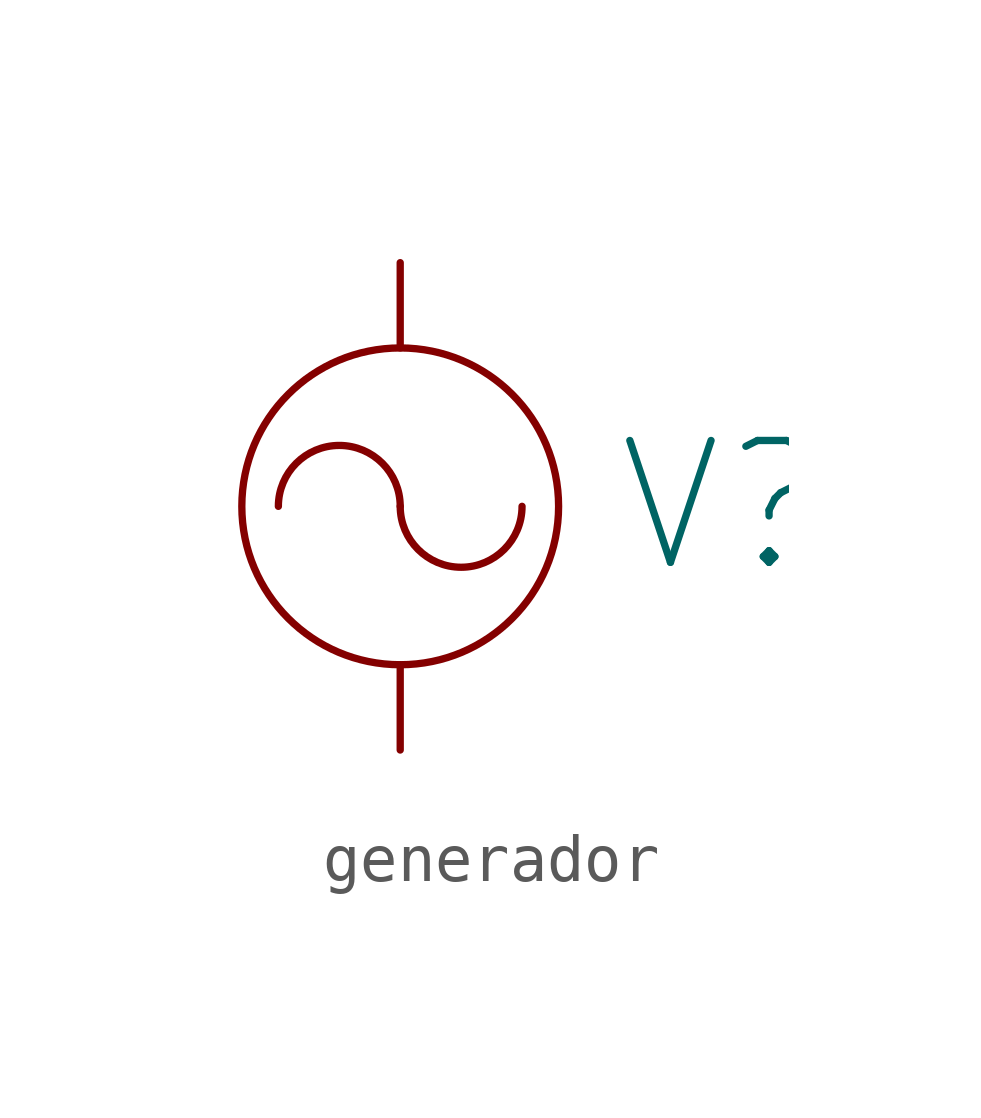
<source format=kicad_sym>
(kicad_symbol_lib
  (version 20220914)
  (generator kicad_symbol_editor)
  (symbol "generador"
    (pin_names
      (offset 1.016))
    (property "Reference" "V"
      (at 4.445 -5.08 0)
      (effects (font (size 2.54 2.54)) (justify left)))
    (symbol "generador_0_0"
      (arc (start 0 -5.08) (mid -1.27 -3.8155) (end -2.54 -5.08) (stroke (width 0) (type default)) (fill (type none)))
      (arc (start 0 -5.08) (mid 1.27 -6.3445) (end 2.54 -5.08) (stroke (width 0) (type default)) (fill (type none))))
    (symbol "generador_0_1"
      (circle (center 0 -5.08) (radius 3.302) (stroke (width 0) (type default)) (fill (type none))))
    (symbol "generador_1_1"
      (pin input line (at 0 -10.16 90) (length 1.778) (name "" (effects (font (size 1.27 1.27)))) (number "" (effects (font (size 1.143 1.143)))))
      (pin input line (at 0 0 270) (length 1.778) (name "" (effects (font (size 1.27 1.27)))) (number "" (effects (font (size 1.143 1.143))))))))
</source>
